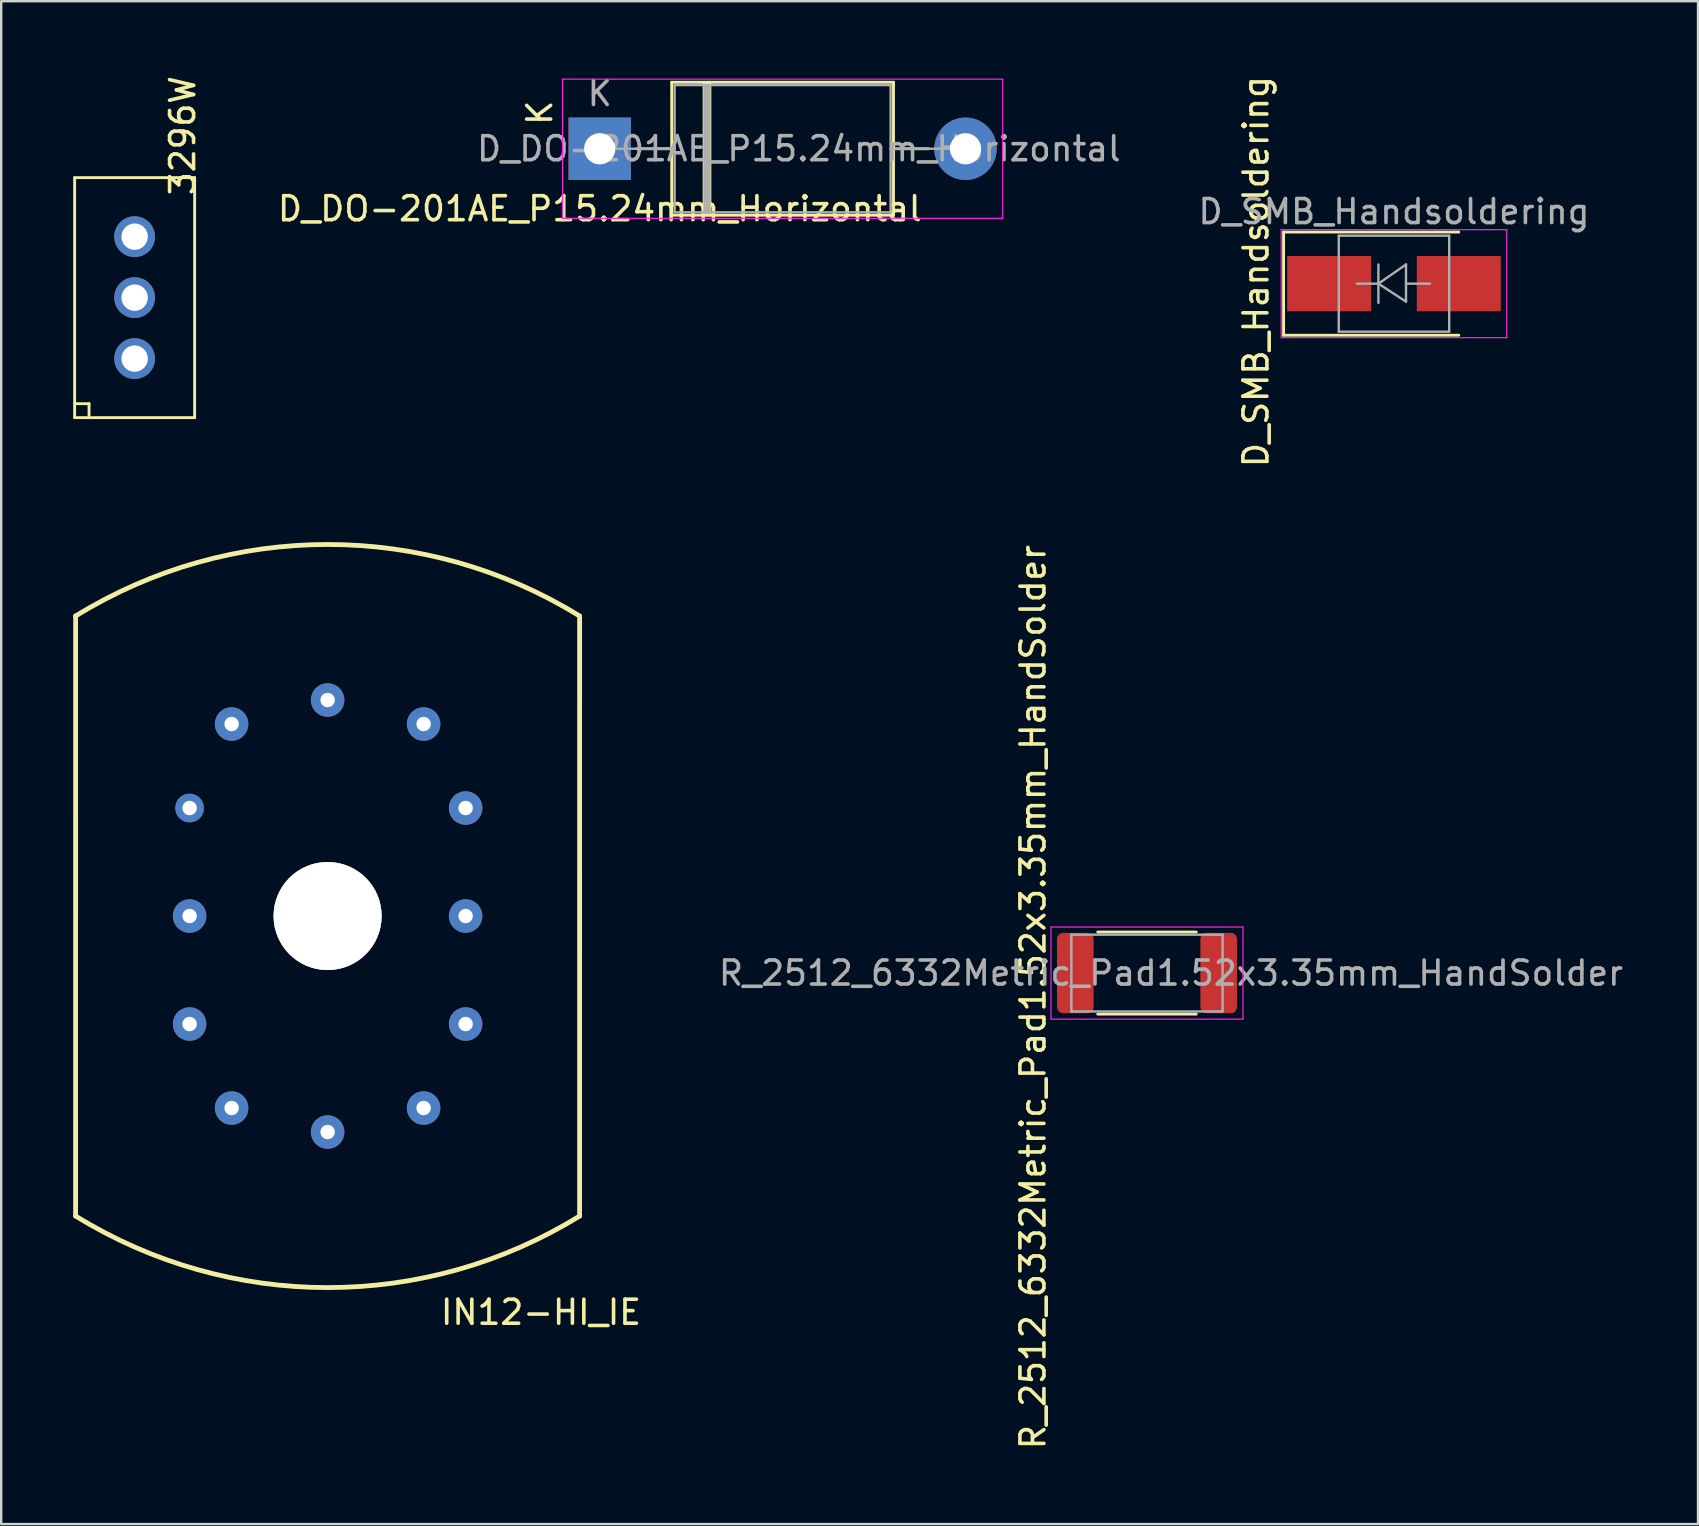
<source format=kicad_pcb>
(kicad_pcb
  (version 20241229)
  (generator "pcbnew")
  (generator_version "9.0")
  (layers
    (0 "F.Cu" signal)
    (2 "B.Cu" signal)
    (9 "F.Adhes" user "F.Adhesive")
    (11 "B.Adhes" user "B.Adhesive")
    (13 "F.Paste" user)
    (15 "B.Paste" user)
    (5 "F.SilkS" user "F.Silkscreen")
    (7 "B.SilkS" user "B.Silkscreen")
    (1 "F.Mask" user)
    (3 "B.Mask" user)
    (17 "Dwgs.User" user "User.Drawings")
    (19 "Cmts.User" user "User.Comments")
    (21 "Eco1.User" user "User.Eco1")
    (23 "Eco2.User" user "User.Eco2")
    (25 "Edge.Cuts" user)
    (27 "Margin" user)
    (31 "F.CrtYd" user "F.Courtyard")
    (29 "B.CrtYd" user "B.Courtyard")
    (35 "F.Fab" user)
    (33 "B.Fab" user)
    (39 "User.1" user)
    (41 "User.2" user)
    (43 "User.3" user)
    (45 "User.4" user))
  (footprint "3296W"
    (layer "F.Cu")
    (at 2.56 9.351)
    (property "Reference" "3296W" (at 2 -6.75 270) (layer "F.SilkS") (effects (font (size 1 1) (thickness 0.15))))
    (attr through_hole)
    (fp_line (start -2.5 -5) (end -2.5 5) (stroke (width 0.12) (type solid)) (layer "F.SilkS"))
    (fp_line (start -2.5 -5) (end 2.5 -5) (stroke (width 0.12) (type solid)) (layer "F.SilkS"))
    (fp_line (start -2.5 4.42) (end -1.9 4.42) (stroke (width 0.12) (type solid)) (layer "F.SilkS"))
    (fp_line (start -2.5 5) (end 2.5 5) (stroke (width 0.12) (type solid)) (layer "F.SilkS"))
    (fp_line (start -1.9 4.42) (end -1.9 4.92) (stroke (width 0.12) (type solid)) (layer "F.SilkS"))
    (fp_line (start 2.5 -5) (end 2.5 5) (stroke (width 0.12) (type solid)) (layer "F.SilkS"))
    (pad "1" thru_hole circle (at 0 2.54) (size 1.7 1.7) (drill 1.1) (layers "*.Cu" "*.Mask"))
    (pad "2" thru_hole circle (at 0 0) (size 1.7 1.7) (drill 1.1) (layers "*.Cu" "*.Mask"))
    (pad "3" thru_hole circle (at 0 -2.54) (size 1.7 1.7) (drill 1.1) (layers "*.Cu" "*.Mask")))
  (footprint "R_2512_6332Metric_Pad1.52x3.35mm_HandSolder"
    (layer "F.Cu")
    (at 44.74 37.494)
    (property "Reference" "R_2512_6332Metric_Pad1.52x3.35mm_HandSolder" (at -4.75 1 270) (layer "F.SilkS") (effects (font (size 1 1) (thickness 0.15))))
    (attr smd)
    (fp_line (start -2.052 -1.71) (end 2.052 -1.71) (stroke (width 0.12) (type solid)) (layer "F.SilkS"))
    (fp_line (start -2.052 1.71) (end 2.052 1.71) (stroke (width 0.12) (type solid)) (layer "F.SilkS"))
    (fp_line (start -4 -1.92) (end 4 -1.92) (stroke (width 0.05) (type solid)) (layer "F.CrtYd"))
    (fp_line (start -4 1.92) (end -4 -1.92) (stroke (width 0.05) (type solid)) (layer "F.CrtYd"))
    (fp_line (start 4 -1.92) (end 4 1.92) (stroke (width 0.05) (type solid)) (layer "F.CrtYd"))
    (fp_line (start 4 1.92) (end -4 1.92) (stroke (width 0.05) (type solid)) (layer "F.CrtYd"))
    (fp_line (start -3.15 -1.6) (end 3.15 -1.6) (stroke (width 0.1) (type solid)) (layer "F.Fab"))
    (fp_line (start -3.15 1.6) (end -3.15 -1.6) (stroke (width 0.1) (type solid)) (layer "F.Fab"))
    (fp_line (start 3.15 -1.6) (end 3.15 1.6) (stroke (width 0.1) (type solid)) (layer "F.Fab"))
    (fp_line (start 3.15 1.6) (end -3.15 1.6) (stroke (width 0.1) (type solid)) (layer "F.Fab"))
    (fp_text user "${REFERENCE}" (at 1 0 180) (layer "F.Fab") (effects (font (size 1 1) (thickness 0.15))))
    (pad "1" smd roundrect (at -2.987 0) (size 1.525 3.35) (layers "F.Cu" "F.Mask" "F.Paste") (roundrect_rratio 0.164))
    (pad "2" smd roundrect (at 2.987 0) (size 1.525 3.35) (layers "F.Cu" "F.Mask" "F.Paste") (roundrect_rratio 0.164)))
  (footprint "IN12-HI_IE"
    (layer "F.Cu")
    (at 10.6 35.117)
    (property "Reference" "IN12-HI_IE" (at 8.89 16.51 180) (layer "F.SilkS") (effects (font (size 1 1) (thickness 0.15))))
    (attr through_hole)
    (fp_line (start -10.499 -12.501) (end -10.5 12.5) (stroke (width 0.2) (type solid)) (layer "F.SilkS"))
    (fp_line (start 10.5 -12.5) (end 10.499 12.501) (stroke (width 0.2) (type solid)) (layer "F.SilkS"))
    (fp_arc (start -10.499152 -12.500524) (mid 0.000498 -15.481241) (end 10.5 -12.5) (stroke (width 0.2) (type solid)) (layer "F.SilkS"))
    (fp_arc (start 10.499152 12.500524) (mid -0.000498 15.481241) (end -10.5 12.5) (stroke (width 0.2) (type solid)) (layer "F.SilkS"))
    (fp_text user "REF**" (at 0 0.5 180) (layer "F.SilkS") (effects (font (size 1 1) (thickness 0.15))))
    (pad "0" thru_hole circle (at 0 0) (size 4.5 4.5) (drill 4.5) (layers "*.Cu" "Dwgs.User"))
    (pad "1" thru_hole roundrect (at 4 8 296.6) (size 1.4 1.4) (drill oval 0.6) (layers "*.Cu" "*.Mask") (roundrect_rratio 0.5))
    (pad "2" thru_hole roundrect (at 5.75 4.5 322) (size 1.4 1.4) (drill oval 0.6) (layers "*.Cu" "*.Mask") (roundrect_rratio 0.5))
    (pad "3" thru_hole roundrect (at 5.75 0 90) (size 1.4 1.4) (drill oval 0.6) (layers "*.Cu" "*.Mask") (roundrect_rratio 0.5))
    (pad "4" thru_hole roundrect (at 5.75 -4.5 38) (size 1.4 1.4) (drill oval 0.6) (layers "*.Cu" "*.Mask") (roundrect_rratio 0.5))
    (pad "5" thru_hole roundrect (at 4 -8 63.4) (size 1.4 1.4) (drill oval 0.6) (layers "*.Cu" "*.Mask") (roundrect_rratio 0.5))
    (pad "6" thru_hole roundrect (at 0 -9 90) (size 1.4 1.4) (drill oval 0.6) (layers "*.Cu" "*.Mask") (roundrect_rratio 0.5))
    (pad "7" thru_hole roundrect (at -4 -8 296.6) (size 1.4 1.4) (drill oval 0.6) (layers "*.Cu" "*.Mask") (roundrect_rratio 0.5))
    (pad "8" thru_hole roundrect (at -5.75 -4.5 322) (size 1.2 1.2) (drill oval 0.6) (layers "*.Cu" "*.Mask") (roundrect_rratio 0.5))
    (pad "9" thru_hole roundrect (at -5.75 0) (size 1.4 1.4) (drill oval 0.6) (layers "*.Cu" "*.Mask") (roundrect_rratio 0.5))
    (pad "10" thru_hole roundrect (at -5.75 4.5 218) (size 1.4 1.4) (drill oval 0.6) (layers "*.Cu" "*.Mask") (roundrect_rratio 0.5))
    (pad "11" thru_hole roundrect (at -4 8 63.4) (size 1.4 1.4) (drill oval 0.6) (layers "*.Cu" "*.Mask") (roundrect_rratio 0.5))
    (pad "12" thru_hole roundrect (at 0 9 90) (size 1.4 1.4) (drill oval 0.6) (layers "*.Cu" "*.Mask") (roundrect_rratio 0.5)))
  (footprint "D_SMB_Handsoldering"
    (layer "F.Cu")
    (at 55.031 8.768)
    (property "Reference" "D_SMB_Handsoldering" (at -5.75 -0.5 90) (layer "F.SilkS") (effects (font (size 1 1) (thickness 0.15))))
    (attr smd)
    (fp_line (start -4.6 -2.15) (end -4.6 2.15) (stroke (width 0.12) (type solid)) (layer "F.SilkS"))
    (fp_line (start -4.6 -2.15) (end 2.7 -2.15) (stroke (width 0.12) (type solid)) (layer "F.SilkS"))
    (fp_line (start -4.6 2.15) (end 2.7 2.15) (stroke (width 0.12) (type solid)) (layer "F.SilkS"))
    (fp_line (start -4.7 -2.25) (end 4.7 -2.25) (stroke (width 0.05) (type solid)) (layer "F.CrtYd"))
    (fp_line (start -4.7 2.25) (end -4.7 -2.25) (stroke (width 0.05) (type solid)) (layer "F.CrtYd"))
    (fp_line (start 4.7 -2.25) (end 4.7 2.25) (stroke (width 0.05) (type solid)) (layer "F.CrtYd"))
    (fp_line (start 4.7 2.25) (end -4.7 2.25) (stroke (width 0.05) (type solid)) (layer "F.CrtYd"))
    (fp_line (start -2.3 2) (end -2.3 -2) (stroke (width 0.1) (type solid)) (layer "F.Fab"))
    (fp_line (start -0.649 -0.799) (end -0.649 0.801) (stroke (width 0.1) (type solid)) (layer "F.Fab"))
    (fp_line (start -0.649 0.001) (end -1.551 0.001) (stroke (width 0.1) (type solid)) (layer "F.Fab"))
    (fp_line (start -0.649 0.001) (end 0.501 -0.799) (stroke (width 0.1) (type solid)) (layer "F.Fab"))
    (fp_line (start -0.649 0.001) (end 0.501 0.75) (stroke (width 0.1) (type solid)) (layer "F.Fab"))
    (fp_line (start 0.501 0.001) (end 1.499 0.001) (stroke (width 0.1) (type solid)) (layer "F.Fab"))
    (fp_line (start 0.501 0.75) (end 0.501 -0.799) (stroke (width 0.1) (type solid)) (layer "F.Fab"))
    (fp_line (start 2.3 -2) (end -2.3 -2) (stroke (width 0.1) (type solid)) (layer "F.Fab"))
    (fp_line (start 2.3 -2) (end 2.3 2) (stroke (width 0.1) (type solid)) (layer "F.Fab"))
    (fp_line (start 2.3 2) (end -2.3 2) (stroke (width 0.1) (type solid)) (layer "F.Fab"))
    (fp_text user "${REFERENCE}" (at 0 -3 0) (layer "F.Fab") (effects (font (size 1 1) (thickness 0.15))))
    (pad "1" smd rect (at -2.7 0) (size 3.5 2.3) (layers "F.Cu" "F.Mask" "F.Paste"))
    (pad "2" smd rect (at 2.7 0) (size 3.5 2.3) (layers "F.Cu" "F.Mask" "F.Paste")))
  (footprint "D_DO-201AE_P15.24mm_Horizontal"
    (layer "F.Cu")
    (at 21.938 3.148)
    (property "Reference" "D_DO-201AE_P15.24mm_Horizontal" (at 0 2.5 180) (layer "F.SilkS") (effects (font (size 1 1) (thickness 0.15))))
    (attr through_hole)
    (fp_line (start 1.54 0) (end 3 0) (stroke (width 0.12) (type solid)) (layer "F.SilkS"))
    (fp_line (start 3 -2.77) (end 3 2.77) (stroke (width 0.12) (type solid)) (layer "F.SilkS"))
    (fp_line (start 3 2.77) (end 12.24 2.77) (stroke (width 0.12) (type solid)) (layer "F.SilkS"))
    (fp_line (start 4.35 -2.77) (end 4.35 2.77) (stroke (width 0.12) (type solid)) (layer "F.SilkS"))
    (fp_line (start 4.47 -2.77) (end 4.47 2.77) (stroke (width 0.12) (type solid)) (layer "F.SilkS"))
    (fp_line (start 4.59 -2.77) (end 4.59 2.77) (stroke (width 0.12) (type solid)) (layer "F.SilkS"))
    (fp_line (start 12.24 -2.77) (end 3 -2.77) (stroke (width 0.12) (type solid)) (layer "F.SilkS"))
    (fp_line (start 12.24 2.77) (end 12.24 -2.77) (stroke (width 0.12) (type solid)) (layer "F.SilkS"))
    (fp_line (start 13.7 0) (end 12.24 0) (stroke (width 0.12) (type solid)) (layer "F.SilkS"))
    (fp_line (start -1.55 -2.9) (end -1.55 2.9) (stroke (width 0.05) (type solid)) (layer "F.CrtYd"))
    (fp_line (start -1.55 2.9) (end 16.79 2.9) (stroke (width 0.05) (type solid)) (layer "F.CrtYd"))
    (fp_line (start 16.79 -2.9) (end -1.55 -2.9) (stroke (width 0.05) (type solid)) (layer "F.CrtYd"))
    (fp_line (start 16.79 2.9) (end 16.79 -2.9) (stroke (width 0.05) (type solid)) (layer "F.CrtYd"))
    (fp_line (start 0 0) (end 3.12 0) (stroke (width 0.1) (type solid)) (layer "F.Fab"))
    (fp_line (start 3.12 -2.65) (end 3.12 2.65) (stroke (width 0.1) (type solid)) (layer "F.Fab"))
    (fp_line (start 3.12 2.65) (end 12.12 2.65) (stroke (width 0.1) (type solid)) (layer "F.Fab"))
    (fp_line (start 4.37 -2.65) (end 4.37 2.65) (stroke (width 0.1) (type solid)) (layer "F.Fab"))
    (fp_line (start 4.47 -2.65) (end 4.47 2.65) (stroke (width 0.1) (type solid)) (layer "F.Fab"))
    (fp_line (start 4.57 -2.65) (end 4.57 2.65) (stroke (width 0.1) (type solid)) (layer "F.Fab"))
    (fp_line (start 12.12 -2.65) (end 3.12 -2.65) (stroke (width 0.1) (type solid)) (layer "F.Fab"))
    (fp_line (start 12.12 2.65) (end 12.12 -2.65) (stroke (width 0.1) (type solid)) (layer "F.Fab"))
    (fp_line (start 15.24 0) (end 12.12 0) (stroke (width 0.1) (type solid)) (layer "F.Fab"))
    (fp_text user "K" (at -2.5 -1.5 90) (layer "F.SilkS") (effects (font (size 1 1) (thickness 0.15))))
    (fp_text user "K" (at 0 -2.3 0) (layer "F.Fab") (effects (font (size 1 1) (thickness 0.15))))
    (fp_text user "${REFERENCE}" (at 8.295 0 0) (layer "F.Fab") (effects (font (size 1 1) (thickness 0.15))))
    (pad "1" thru_hole rect (at 0 0) (size 2.6 2.6) (drill 1.3) (layers "*.Cu" "*.Mask"))
    (pad "2" thru_hole oval (at 15.24 0) (size 2.6 2.6) (drill 1.3) (layers "*.Cu" "*.Mask")))
  (gr_rect
    (start -3 -3)
    (end 67.698 60.452)
    (stroke (width 0.1) (type default))
    (fill no)
    (layer "Edge.Cuts")))
</source>
